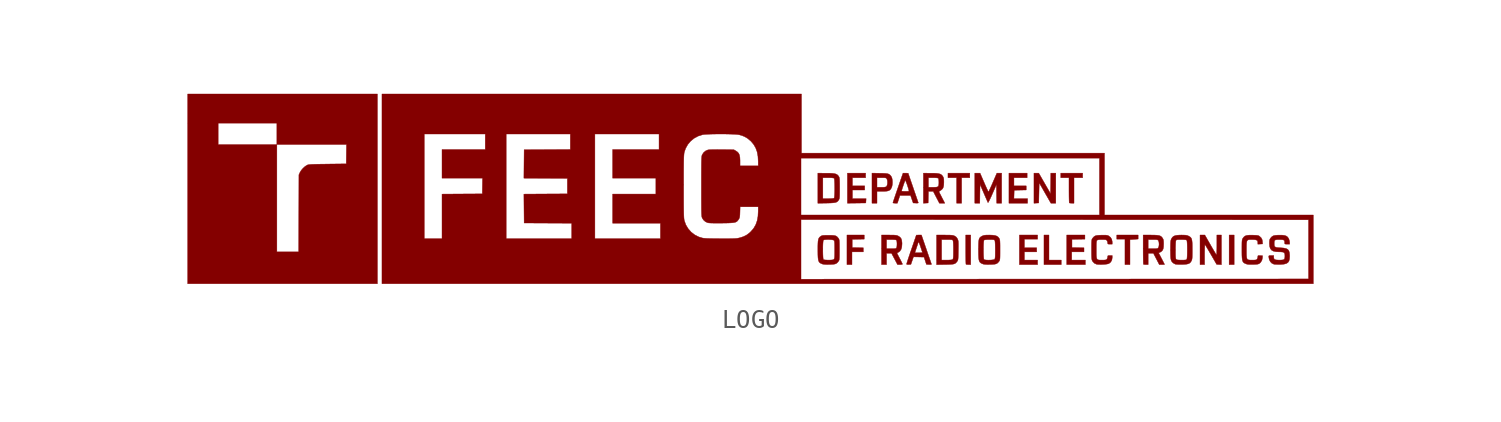
<source format=kicad_sym>
(kicad_symbol_lib
  (version 20220914)
  (generator bitmap2component)
  (symbol "LOGO"
    (pin_names
      (offset 1.016))
    (property "Reference" "#G"
      (at 0 4.411 0)
      (effects (font (size 1.27 1.27)) hide))
    (symbol "LOGO_0_0"
      (polyline (pts (xy -19.893 -0.012) (xy -19.893 5.046) (xy -24.951 5.046) (xy -30.009 5.046) (xy -30.009 3.493) (xy -28.384 3.493) (xy -26.819 3.493) (xy -25.254 3.493) (xy -25.254 2.923) (xy -25.254 2.353) (xy -23.398 2.353) (xy -21.542 2.353) (xy -21.548 1.838) (xy -21.555 1.322) (xy -22.549 1.31) (xy -22.67 1.308) (xy -22.9 1.305) (xy -23.089 1.302) (xy -23.24 1.298) (xy -23.359 1.294) (xy -23.451 1.289) (xy -23.52 1.283) (xy -23.57 1.276) (xy -23.607 1.267) (xy -23.635 1.257) (xy -23.638 1.255) (xy -23.747 1.187) (xy -23.857 1.089) (xy -23.953 0.978) (xy -24.021 0.866) (xy -24.078 0.74) (xy -24.084 -1.316) (xy -24.091 -3.372) (xy -24.673 -3.372) (xy -25.254 -3.372) (xy -25.254 -0.509) (xy -25.254 2.353) (xy -26.819 2.353) (xy -28.384 2.353) (xy -28.384 2.923) (xy -28.384 3.493) (xy -30.009 3.493) (xy -30.009 -0.012) (xy -30.009 -5.07) (xy -24.951 -5.07) (xy -19.893 -5.07) (xy -19.893 -0.012)) (stroke (width 0.01) (type default)) (fill (type outline)))
      (polyline (pts (xy 30.009 -3.239) (xy 30.009 -1.407) (xy 24.442 -1.407) (xy 18.874 -1.407) (xy 18.874 0.243) (xy 18.874 1.892) (xy 10.796 1.892) (xy 2.717 1.892) (xy 2.717 3.469) (xy 2.717 5.046) (xy -8.467 5.046) (xy -19.65 5.046) (xy -19.65 -0.012) (xy -19.65 -2.669) (xy -17.394 -2.669) (xy -17.394 0.121) (xy -17.394 2.911) (xy -15.769 2.911) (xy -14.143 2.911) (xy -14.143 2.499) (xy -14.143 2.086) (xy -15.296 2.086) (xy -16.448 2.086) (xy -16.448 1.322) (xy -16.448 0.558) (xy -15.368 0.558) (xy -14.288 0.558) (xy -14.294 0.14) (xy -14.301 -0.279) (xy -15.375 -0.285) (xy -16.448 -0.292) (xy -16.448 -1.48) (xy -16.448 -2.669) (xy -13.027 -2.669) (xy -13.027 0.121) (xy -13.027 2.911) (xy -11.317 2.911) (xy -9.607 2.911) (xy -9.607 2.499) (xy -9.607 2.087) (xy -10.838 2.08) (xy -12.069 2.074) (xy -12.076 1.316) (xy -12.082 0.558) (xy -10.923 0.552) (xy -9.765 0.546) (xy -9.765 0.133) (xy -9.765 -0.279) (xy -10.923 -0.285) (xy -12.082 -0.292) (xy -12.076 -1.062) (xy -12.069 -1.832) (xy -10.802 -1.838) (xy -9.534 -1.844) (xy -9.534 -2.256) (xy -9.534 -2.669) (xy -8.297 -2.669) (xy -8.297 0.121) (xy -8.297 2.911) (xy -6.587 2.911) (xy -4.876 2.911) (xy -4.876 2.499) (xy -4.876 2.086) (xy -6.114 2.086) (xy -7.351 2.086) (xy -7.351 1.322) (xy -7.351 0.558) (xy -6.198 0.558) (xy -5.046 0.558) (xy -5.046 0.198) (xy -3.566 0.198) (xy -3.566 0.521) (xy -3.566 0.8) (xy -3.565 1.038) (xy -3.563 1.24) (xy -3.562 1.408) (xy -3.559 1.546) (xy -3.556 1.658) (xy -3.552 1.747) (xy -3.547 1.817) (xy -3.542 1.872) (xy -3.535 1.915) (xy -3.528 1.949) (xy -3.459 2.147) (xy -3.341 2.357) (xy -3.187 2.538) (xy -3.002 2.688) (xy -2.789 2.802) (xy -2.554 2.876) (xy -2.535 2.879) (xy -2.442 2.89) (xy -2.31 2.898) (xy -2.148 2.905) (xy -1.963 2.91) (xy -1.764 2.912) (xy -1.558 2.913) (xy -1.353 2.912) (xy -1.157 2.908) (xy -0.978 2.903) (xy -0.823 2.896) (xy -0.702 2.886) (xy -0.621 2.875) (xy -0.553 2.859) (xy -0.339 2.785) (xy -0.151 2.677) (xy 0.023 2.529) (xy 0.164 2.363) (xy 0.276 2.173) (xy 0.353 1.96) (xy 0.398 1.718) (xy 0.412 1.441) (xy 0.412 1.213) (xy -0.073 1.213) (xy -0.558 1.213) (xy -0.558 1.472) (xy -0.558 1.51) (xy -0.566 1.667) (xy -0.588 1.786) (xy -0.627 1.876) (xy -0.688 1.948) (xy -0.773 2.008) (xy -0.885 2.074) (xy -1.533 2.082) (xy -1.548 2.082) (xy -1.773 2.083) (xy -1.962 2.082) (xy -2.11 2.078) (xy -2.217 2.072) (xy -2.277 2.063) (xy -2.385 2.017) (xy -2.496 1.927) (xy -2.574 1.808) (xy -2.575 1.807) (xy -2.584 1.784) (xy -2.592 1.758) (xy -2.598 1.723) (xy -2.603 1.677) (xy -2.608 1.615) (xy -2.611 1.534) (xy -2.614 1.43) (xy -2.616 1.299) (xy -2.617 1.139) (xy -2.618 0.944) (xy -2.619 0.712) (xy -2.619 0.439) (xy -2.619 0.121) (xy -2.619 0.092) (xy -2.619 -0.222) (xy -2.619 -0.491) (xy -2.618 -0.72) (xy -2.617 -0.911) (xy -2.616 -1.069) (xy -2.614 -1.197) (xy -2.611 -1.299) (xy -2.607 -1.378) (xy -2.603 -1.438) (xy -2.598 -1.484) (xy -2.591 -1.518) (xy -2.583 -1.544) (xy -2.574 -1.566) (xy -2.511 -1.666) (xy -2.405 -1.762) (xy -2.277 -1.82) (xy -2.275 -1.821) (xy -2.211 -1.829) (xy -2.102 -1.836) (xy -1.951 -1.839) (xy -1.76 -1.841) (xy -1.533 -1.839) (xy -1.478 -1.838) (xy -1.273 -1.835) (xy -1.109 -1.83) (xy -0.982 -1.822) (xy -0.883 -1.81) (xy -0.809 -1.793) (xy -0.753 -1.768) (xy -0.709 -1.736) (xy -0.672 -1.694) (xy -0.635 -1.642) (xy -0.624 -1.625) (xy -0.599 -1.581) (xy -0.583 -1.533) (xy -0.573 -1.471) (xy -0.566 -1.383) (xy -0.562 -1.257) (xy -0.554 -0.97) (xy -0.071 -0.97) (xy 0.412 -0.97) (xy 0.412 -1.199) (xy 0.402 -1.407) (xy 2.693 -1.407) (xy 2.693 0.109) (xy 2.693 1.625) (xy 10.65 1.625) (xy 18.607 1.625) (xy 18.607 0.109) (xy 18.607 -1.407) (xy 10.65 -1.407) (xy 2.693 -1.407) (xy 0.402 -1.407) (xy 0.399 -1.47) (xy 0.355 -1.711) (xy 0.28 -1.923) (xy 0.171 -2.112) (xy 0.026 -2.283) (xy -0.069 -2.372) (xy -0.217 -2.48) (xy -0.381 -2.56) (xy -0.576 -2.622) (xy -0.625 -2.633) (xy -0.68 -2.644) (xy -0.742 -2.652) (xy -0.816 -2.658) (xy -0.909 -2.662) (xy -1.027 -2.665) (xy -1.175 -2.667) (xy -1.359 -2.667) (xy -1.587 -2.667) (xy -1.694 -2.666) (xy -1.934 -2.664) (xy -2.13 -2.661) (xy -2.288 -2.657) (xy -2.41 -2.65) (xy -2.502 -2.642) (xy -2.566 -2.632) (xy -2.76 -2.573) (xy -2.974 -2.464) (xy -3.163 -2.318) (xy -3.321 -2.14) (xy -3.445 -1.935) (xy -3.528 -1.707) (xy -3.53 -1.7) (xy -3.537 -1.664) (xy -3.543 -1.618) (xy -3.549 -1.561) (xy -3.553 -1.486) (xy -3.557 -1.393) (xy -3.56 -1.275) (xy -3.562 -1.131) (xy -3.564 -0.956) (xy -3.565 -0.747) (xy -3.566 -0.5) (xy -3.566 -0.212) (xy -3.566 0.121) (xy -3.566 0.198) (xy -5.046 0.198) (xy -5.046 0.133) (xy -5.046 -0.291) (xy -6.198 -0.291) (xy -7.351 -0.291) (xy -7.351 -1.067) (xy -7.351 -1.844) (xy -6.077 -1.844) (xy -4.803 -1.844) (xy -4.803 -2.256) (xy -4.803 -2.669) (xy -6.55 -2.669) (xy -8.297 -2.669) (xy -9.534 -2.669) (xy -11.281 -2.669) (xy -13.027 -2.669) (xy -16.448 -2.669) (xy -16.921 -2.669) (xy -17.394 -2.669) (xy -19.65 -2.669) (xy -19.65 -4.828) (xy 2.693 -4.828) (xy 2.693 -3.239) (xy 2.693 -1.65) (xy 16.224 -1.656) (xy 29.755 -1.662) (xy 29.755 -3.239) (xy 29.755 -4.816) (xy 16.224 -4.822) (xy 2.693 -4.828) (xy -19.65 -4.828) (xy -19.65 -5.07) (xy 5.179 -5.07) (xy 30.009 -5.07) (xy 30.009 -3.239)) (stroke (width 0.01) (type default)) (fill (type outline)))
      (polyline (pts (xy 4.215 -4.045) (xy 4.337 -4.04) (xy 4.447 -4.031) (xy 4.527 -4.013) (xy 4.588 -3.983) (xy 4.64 -3.937) (xy 4.693 -3.872) (xy 4.704 -3.856) (xy 4.718 -3.83) (xy 4.728 -3.796) (xy 4.734 -3.746) (xy 4.739 -3.674) (xy 4.742 -3.575) (xy 4.743 -3.44) (xy 4.743 -3.263) (xy 4.743 -3.143) (xy 4.742 -2.994) (xy 4.74 -2.883) (xy 4.736 -2.802) (xy 4.73 -2.746) (xy 4.721 -2.707) (xy 4.709 -2.678) (xy 4.693 -2.654) (xy 4.668 -2.621) (xy 4.621 -2.568) (xy 4.571 -2.531) (xy 4.51 -2.507) (xy 4.428 -2.494) (xy 4.316 -2.488) (xy 4.165 -2.487) (xy 4.151 -2.487) (xy 4.018 -2.487) (xy 3.923 -2.49) (xy 3.857 -2.495) (xy 3.811 -2.506) (xy 3.775 -2.522) (xy 3.739 -2.545) (xy 3.7 -2.575) (xy 3.663 -2.614) (xy 3.635 -2.662) (xy 3.615 -2.725) (xy 3.602 -2.81) (xy 3.595 -2.924) (xy 3.591 -3.073) (xy 3.591 -3.22) (xy 3.856 -3.22) (xy 3.857 -3.083) (xy 3.861 -2.958) (xy 3.868 -2.854) (xy 3.876 -2.78) (xy 3.886 -2.746) (xy 3.893 -2.741) (xy 3.944 -2.727) (xy 4.027 -2.718) (xy 4.128 -2.715) (xy 4.234 -2.717) (xy 4.332 -2.725) (xy 4.408 -2.738) (xy 4.45 -2.755) (xy 4.453 -2.759) (xy 4.466 -2.781) (xy 4.475 -2.82) (xy 4.482 -2.88) (xy 4.486 -2.97) (xy 4.487 -3.094) (xy 4.488 -3.261) (xy 4.488 -3.394) (xy 4.487 -3.524) (xy 4.484 -3.617) (xy 4.479 -3.682) (xy 4.471 -3.724) (xy 4.459 -3.751) (xy 4.444 -3.769) (xy 4.443 -3.769) (xy 4.41 -3.789) (xy 4.358 -3.801) (xy 4.277 -3.807) (xy 4.157 -3.809) (xy 4.141 -3.809) (xy 4.014 -3.805) (xy 3.928 -3.795) (xy 3.886 -3.78) (xy 3.88 -3.764) (xy 3.87 -3.704) (xy 3.864 -3.611) (xy 3.859 -3.493) (xy 3.856 -3.36) (xy 3.856 -3.22) (xy 3.591 -3.22) (xy 3.591 -3.264) (xy 3.591 -3.337) (xy 3.593 -3.521) (xy 3.599 -3.664) (xy 3.611 -3.773) (xy 3.631 -3.854) (xy 3.66 -3.913) (xy 3.701 -3.956) (xy 3.756 -3.989) (xy 3.827 -4.018) (xy 3.858 -4.028) (xy 3.941 -4.04) (xy 4.058 -4.046) (xy 4.215 -4.045)) (stroke (width 0.01) (type default)) (fill (type outline)))
      (polyline (pts (xy 5.41 -3.712) (xy 5.41 -3.372) (xy 5.713 -3.372) (xy 6.016 -3.372) (xy 6.016 -3.264) (xy 6.016 -3.155) (xy 5.719 -3.148) (xy 5.422 -3.142) (xy 5.422 -2.923) (xy 5.422 -2.705) (xy 5.744 -2.698) (xy 6.065 -2.691) (xy 6.065 -2.583) (xy 6.065 -2.474) (xy 5.604 -2.474) (xy 5.143 -2.474) (xy 5.143 -3.263) (xy 5.143 -4.051) (xy 5.277 -4.051) (xy 5.41 -4.051) (xy 5.41 -3.712)) (stroke (width 0.01) (type default)) (fill (type outline)))
      (polyline (pts (xy 7.254 -3.748) (xy 7.254 -3.445) (xy 7.386 -3.445) (xy 7.518 -3.445) (xy 7.679 -3.748) (xy 7.84 -4.051) (xy 7.971 -4.051) (xy 8.024 -4.049) (xy 8.081 -4.04) (xy 8.103 -4.027) (xy 8.103 -4.025) (xy 8.089 -3.991) (xy 8.057 -3.924) (xy 8.012 -3.833) (xy 7.957 -3.728) (xy 7.949 -3.712) (xy 7.895 -3.61) (xy 7.852 -3.525) (xy 7.822 -3.467) (xy 7.812 -3.442) (xy 7.814 -3.439) (xy 7.843 -3.417) (xy 7.896 -3.386) (xy 7.966 -3.335) (xy 8.029 -3.241) (xy 8.066 -3.113) (xy 8.079 -2.946) (xy 8.078 -2.892) (xy 8.064 -2.759) (xy 8.03 -2.66) (xy 7.971 -2.587) (xy 7.884 -2.529) (xy 7.87 -2.522) (xy 7.827 -2.504) (xy 7.781 -2.49) (xy 7.722 -2.482) (xy 7.642 -2.477) (xy 7.532 -2.475) (xy 7.382 -2.474) (xy 6.987 -2.474) (xy 6.987 -3.202) (xy 7.254 -3.202) (xy 7.254 -2.96) (xy 7.254 -2.717) (xy 7.504 -2.717) (xy 7.525 -2.717) (xy 7.654 -2.721) (xy 7.741 -2.731) (xy 7.783 -2.746) (xy 7.796 -2.776) (xy 7.806 -2.844) (xy 7.811 -2.931) (xy 7.809 -3.023) (xy 7.801 -3.103) (xy 7.787 -3.155) (xy 7.772 -3.175) (xy 7.745 -3.189) (xy 7.699 -3.198) (xy 7.623 -3.201) (xy 7.508 -3.202) (xy 7.254 -3.202) (xy 6.987 -3.202) (xy 6.987 -3.263) (xy 6.987 -4.051) (xy 7.12 -4.051) (xy 7.254 -4.051) (xy 7.254 -3.748)) (stroke (width 0.01) (type default)) (fill (type outline)))
      (polyline (pts (xy 9.633 -4.046) (xy 9.649 -4.035) (xy 9.645 -4.01) (xy 9.639 -3.996) (xy 9.619 -3.939) (xy 9.587 -3.846) (xy 9.544 -3.721) (xy 9.492 -3.572) (xy 9.434 -3.403) (xy 9.371 -3.22) (xy 9.115 -2.474) (xy 8.979 -2.474) (xy 8.843 -2.475) (xy 8.582 -3.233) (xy 8.54 -3.353) (xy 8.518 -3.421) (xy 8.761 -3.421) (xy 8.853 -3.148) (xy 8.888 -3.043) (xy 8.92 -2.947) (xy 8.944 -2.875) (xy 8.956 -2.838) (xy 8.957 -2.837) (xy 8.969 -2.848) (xy 8.993 -2.898) (xy 9.024 -2.978) (xy 9.061 -3.081) (xy 9.097 -3.191) (xy 9.129 -3.287) (xy 9.153 -3.356) (xy 9.164 -3.39) (xy 9.163 -3.401) (xy 9.136 -3.413) (xy 9.073 -3.419) (xy 8.968 -3.421) (xy 8.761 -3.421) (xy 8.518 -3.421) (xy 8.481 -3.528) (xy 8.428 -3.684) (xy 8.384 -3.818) (xy 8.35 -3.922) (xy 8.329 -3.993) (xy 8.321 -4.022) (xy 8.325 -4.034) (xy 8.36 -4.047) (xy 8.436 -4.047) (xy 8.552 -4.039) (xy 8.621 -3.838) (xy 8.691 -3.638) (xy 8.971 -3.644) (xy 9.251 -3.651) (xy 9.316 -3.845) (xy 9.38 -4.039) (xy 9.521 -4.047) (xy 9.586 -4.049) (xy 9.633 -4.046)) (stroke (width 0.01) (type default)) (fill (type outline)))
      (polyline (pts (xy 10.382 -4.047) (xy 10.509 -4.045) (xy 10.652 -4.04) (xy 10.758 -4.032) (xy 10.837 -4.019) (xy 10.896 -3.999) (xy 10.941 -3.969) (xy 10.982 -3.927) (xy 11.025 -3.872) (xy 11.029 -3.866) (xy 11.045 -3.84) (xy 11.057 -3.806) (xy 11.066 -3.76) (xy 11.072 -3.692) (xy 11.076 -3.597) (xy 11.079 -3.467) (xy 11.082 -3.296) (xy 11.083 -3.227) (xy 11.085 -3.072) (xy 11.085 -2.955) (xy 11.082 -2.869) (xy 11.077 -2.805) (xy 11.068 -2.758) (xy 11.055 -2.719) (xy 11.038 -2.68) (xy 11.031 -2.667) (xy 10.971 -2.583) (xy 10.883 -2.525) (xy 10.868 -2.517) (xy 10.826 -2.501) (xy 10.777 -2.489) (xy 10.714 -2.482) (xy 10.627 -2.477) (xy 10.509 -2.475) (xy 10.351 -2.474) (xy 9.922 -2.474) (xy 9.922 -3.265) (xy 9.922 -3.809) (xy 10.189 -3.809) (xy 10.189 -3.263) (xy 10.189 -2.717) (xy 10.479 -2.717) (xy 10.528 -2.717) (xy 10.637 -2.719) (xy 10.71 -2.723) (xy 10.754 -2.731) (xy 10.78 -2.744) (xy 10.795 -2.764) (xy 10.801 -2.789) (xy 10.809 -2.861) (xy 10.815 -2.97) (xy 10.819 -3.109) (xy 10.82 -3.272) (xy 10.82 -3.3) (xy 10.819 -3.459) (xy 10.817 -3.576) (xy 10.812 -3.659) (xy 10.805 -3.715) (xy 10.795 -3.75) (xy 10.782 -3.771) (xy 10.773 -3.778) (xy 10.739 -3.793) (xy 10.682 -3.802) (xy 10.594 -3.807) (xy 10.466 -3.809) (xy 10.189 -3.809) (xy 9.922 -3.809) (xy 9.922 -4.055) (xy 10.382 -4.047)) (stroke (width 0.01) (type default)) (fill (type outline)))
      (polyline (pts (xy 11.742 -3.263) (xy 11.742 -2.474) (xy 11.608 -2.474) (xy 11.475 -2.474) (xy 11.475 -3.247) (xy 11.475 -3.35) (xy 11.476 -3.532) (xy 11.478 -3.694) (xy 11.48 -3.831) (xy 11.483 -3.938) (xy 11.487 -4.008) (xy 11.491 -4.035) (xy 11.503 -4.04) (xy 11.553 -4.048) (xy 11.624 -4.051) (xy 11.742 -4.051) (xy 11.742 -3.263)) (stroke (width 0.01) (type default)) (fill (type outline)))
      (polyline (pts (xy 12.778 -4.045) (xy 12.901 -4.04) (xy 13.011 -4.031) (xy 13.091 -4.013) (xy 13.152 -3.983) (xy 13.204 -3.937) (xy 13.257 -3.872) (xy 13.267 -3.857) (xy 13.281 -3.831) (xy 13.291 -3.797) (xy 13.298 -3.747) (xy 13.303 -3.677) (xy 13.305 -3.577) (xy 13.306 -3.443) (xy 13.306 -3.267) (xy 13.306 -3.193) (xy 13.306 -3.033) (xy 13.304 -2.912) (xy 13.3 -2.823) (xy 13.295 -2.759) (xy 13.286 -2.713) (xy 13.274 -2.679) (xy 13.258 -2.65) (xy 13.258 -2.649) (xy 13.203 -2.579) (xy 13.131 -2.53) (xy 13.033 -2.497) (xy 12.904 -2.48) (xy 12.734 -2.474) (xy 12.624 -2.475) (xy 12.529 -2.479) (xy 12.459 -2.489) (xy 12.403 -2.505) (xy 12.349 -2.529) (xy 12.339 -2.534) (xy 12.281 -2.568) (xy 12.237 -2.605) (xy 12.205 -2.651) (xy 12.182 -2.714) (xy 12.167 -2.8) (xy 12.159 -2.915) (xy 12.155 -3.066) (xy 12.154 -3.22) (xy 12.419 -3.22) (xy 12.421 -3.083) (xy 12.425 -2.958) (xy 12.431 -2.854) (xy 12.44 -2.78) (xy 12.45 -2.746) (xy 12.454 -2.743) (xy 12.505 -2.729) (xy 12.601 -2.72) (xy 12.74 -2.717) (xy 12.742 -2.717) (xy 12.858 -2.718) (xy 12.936 -2.722) (xy 12.984 -2.729) (xy 13.011 -2.743) (xy 13.027 -2.764) (xy 13.033 -2.789) (xy 13.041 -2.861) (xy 13.047 -2.97) (xy 13.05 -3.109) (xy 13.052 -3.272) (xy 13.052 -3.3) (xy 13.051 -3.459) (xy 13.049 -3.576) (xy 13.044 -3.659) (xy 13.037 -3.715) (xy 13.027 -3.75) (xy 13.014 -3.771) (xy 13.007 -3.776) (xy 12.955 -3.792) (xy 12.872 -3.803) (xy 12.771 -3.81) (xy 12.665 -3.811) (xy 12.567 -3.806) (xy 12.491 -3.796) (xy 12.45 -3.78) (xy 12.443 -3.764) (xy 12.434 -3.704) (xy 12.427 -3.611) (xy 12.422 -3.493) (xy 12.42 -3.36) (xy 12.419 -3.22) (xy 12.154 -3.22) (xy 12.154 -3.259) (xy 12.154 -3.342) (xy 12.156 -3.525) (xy 12.163 -3.667) (xy 12.175 -3.775) (xy 12.195 -3.855) (xy 12.224 -3.914) (xy 12.266 -3.956) (xy 12.32 -3.989) (xy 12.39 -4.018) (xy 12.422 -4.028) (xy 12.505 -4.04) (xy 12.621 -4.046) (xy 12.778 -4.045)) (stroke (width 0.01) (type default)) (fill (type outline)))
      (polyline (pts (xy 15.308 -3.93) (xy 15.308 -3.809) (xy 14.956 -3.809) (xy 14.604 -3.809) (xy 14.604 -3.59) (xy 14.604 -3.372) (xy 14.932 -3.372) (xy 15.259 -3.372) (xy 15.259 -3.263) (xy 15.259 -3.154) (xy 14.932 -3.154) (xy 14.604 -3.154) (xy 14.604 -2.923) (xy 14.604 -2.693) (xy 14.956 -2.693) (xy 15.308 -2.693) (xy 15.308 -2.584) (xy 15.308 -2.474) (xy 14.823 -2.474) (xy 14.338 -2.474) (xy 14.338 -3.263) (xy 14.338 -4.051) (xy 14.823 -4.051) (xy 15.308 -4.051) (xy 15.308 -3.93)) (stroke (width 0.01) (type default)) (fill (type outline)))
      (polyline (pts (xy 16.569 -3.93) (xy 16.569 -3.809) (xy 16.242 -3.809) (xy 15.914 -3.809) (xy 15.914 -3.142) (xy 15.914 -2.474) (xy 15.781 -2.474) (xy 15.648 -2.474) (xy 15.648 -3.263) (xy 15.648 -4.051) (xy 16.108 -4.051) (xy 16.569 -4.051) (xy 16.569 -3.93)) (stroke (width 0.01) (type default)) (fill (type outline)))
      (polyline (pts (xy 17.855 -3.93) (xy 17.855 -3.809) (xy 17.491 -3.809) (xy 17.127 -3.809) (xy 17.127 -3.59) (xy 17.127 -3.372) (xy 17.455 -3.372) (xy 17.782 -3.372) (xy 17.782 -3.264) (xy 17.782 -3.155) (xy 17.461 -3.148) (xy 17.14 -3.142) (xy 17.14 -2.923) (xy 17.14 -2.705) (xy 17.485 -2.698) (xy 17.831 -2.692) (xy 17.831 -2.583) (xy 17.831 -2.474) (xy 17.346 -2.474) (xy 16.861 -2.474) (xy 16.861 -3.263) (xy 16.861 -4.051) (xy 17.358 -4.051) (xy 17.855 -4.051) (xy 17.855 -3.93)) (stroke (width 0.01) (type default)) (fill (type outline)))
      (polyline (pts (xy 18.832 -4.041) (xy 18.951 -4.03) (xy 19.049 -4.014) (xy 19.112 -3.994) (xy 19.206 -3.918) (xy 19.266 -3.812) (xy 19.287 -3.681) (xy 19.287 -3.566) (xy 19.165 -3.566) (xy 19.11 -3.567) (xy 19.065 -3.574) (xy 19.047 -3.594) (xy 19.044 -3.634) (xy 19.035 -3.688) (xy 19.006 -3.755) (xy 18.989 -3.776) (xy 18.962 -3.793) (xy 18.919 -3.803) (xy 18.849 -3.808) (xy 18.741 -3.809) (xy 18.68 -3.809) (xy 18.597 -3.807) (xy 18.536 -3.797) (xy 18.493 -3.773) (xy 18.465 -3.73) (xy 18.448 -3.662) (xy 18.44 -3.562) (xy 18.438 -3.426) (xy 18.438 -3.247) (xy 18.438 -3.229) (xy 18.438 -3.07) (xy 18.44 -2.951) (xy 18.445 -2.867) (xy 18.452 -2.811) (xy 18.462 -2.776) (xy 18.476 -2.755) (xy 18.497 -2.74) (xy 18.545 -2.727) (xy 18.624 -2.719) (xy 18.741 -2.717) (xy 18.828 -2.718) (xy 18.906 -2.721) (xy 18.954 -2.73) (xy 18.984 -2.746) (xy 19.006 -2.771) (xy 19.03 -2.82) (xy 19.044 -2.892) (xy 19.045 -2.923) (xy 19.058 -2.948) (xy 19.093 -2.958) (xy 19.165 -2.96) (xy 19.287 -2.96) (xy 19.287 -2.842) (xy 19.286 -2.831) (xy 19.261 -2.702) (xy 19.195 -2.595) (xy 19.092 -2.516) (xy 19.058 -2.501) (xy 19.008 -2.487) (xy 18.94 -2.48) (xy 18.845 -2.478) (xy 18.712 -2.48) (xy 18.593 -2.484) (xy 18.482 -2.493) (xy 18.401 -2.511) (xy 18.339 -2.542) (xy 18.286 -2.588) (xy 18.233 -2.654) (xy 18.224 -2.666) (xy 18.209 -2.692) (xy 18.199 -2.726) (xy 18.192 -2.774) (xy 18.187 -2.843) (xy 18.184 -2.941) (xy 18.183 -3.073) (xy 18.183 -3.247) (xy 18.183 -3.353) (xy 18.184 -3.508) (xy 18.187 -3.625) (xy 18.192 -3.71) (xy 18.199 -3.771) (xy 18.209 -3.814) (xy 18.223 -3.845) (xy 18.248 -3.888) (xy 18.335 -3.979) (xy 18.442 -4.029) (xy 18.486 -4.037) (xy 18.586 -4.045) (xy 18.706 -4.046) (xy 18.832 -4.041)) (stroke (width 0.01) (type default)) (fill (type outline)))
      (polyline (pts (xy 20.233 -3.386) (xy 20.233 -2.721) (xy 20.451 -2.704) (xy 20.669 -2.687) (xy 20.669 -2.58) (xy 20.669 -2.474) (xy 20.099 -2.474) (xy 19.529 -2.474) (xy 19.529 -2.584) (xy 19.529 -2.693) (xy 19.747 -2.693) (xy 19.966 -2.693) (xy 19.966 -3.372) (xy 19.966 -4.051) (xy 20.099 -4.051) (xy 20.233 -4.051) (xy 20.233 -3.386)) (stroke (width 0.01) (type default)) (fill (type outline)))
      (polyline (pts (xy 21.203 -3.748) (xy 21.203 -3.445) (xy 21.343 -3.445) (xy 21.482 -3.446) (xy 21.64 -3.748) (xy 21.797 -4.051) (xy 21.937 -4.051) (xy 21.997 -4.05) (xy 22.054 -4.047) (xy 22.076 -4.042) (xy 22.075 -4.038) (xy 22.058 -4.002) (xy 22.023 -3.933) (xy 21.976 -3.84) (xy 21.919 -3.731) (xy 21.762 -3.429) (xy 21.846 -3.389) (xy 21.904 -3.356) (xy 21.963 -3.297) (xy 22.002 -3.217) (xy 22.022 -3.107) (xy 22.028 -2.957) (xy 22.028 -2.901) (xy 22.024 -2.804) (xy 22.016 -2.738) (xy 21.999 -2.688) (xy 21.973 -2.642) (xy 21.935 -2.59) (xy 21.889 -2.547) (xy 21.831 -2.515) (xy 21.756 -2.495) (xy 21.654 -2.482) (xy 21.519 -2.476) (xy 21.343 -2.474) (xy 20.936 -2.474) (xy 20.936 -3.202) (xy 21.203 -3.202) (xy 21.203 -2.96) (xy 21.203 -2.717) (xy 21.456 -2.717) (xy 21.473 -2.717) (xy 21.582 -2.718) (xy 21.654 -2.722) (xy 21.699 -2.731) (xy 21.727 -2.747) (xy 21.747 -2.771) (xy 21.755 -2.783) (xy 21.777 -2.858) (xy 21.785 -2.96) (xy 21.785 -2.986) (xy 21.773 -3.083) (xy 21.747 -3.148) (xy 21.745 -3.152) (xy 21.724 -3.175) (xy 21.695 -3.19) (xy 21.647 -3.198) (xy 21.571 -3.201) (xy 21.456 -3.202) (xy 21.203 -3.202) (xy 20.936 -3.202) (xy 20.936 -3.247) (xy 20.936 -3.35) (xy 20.937 -3.532) (xy 20.939 -3.694) (xy 20.942 -3.831) (xy 20.945 -3.938) (xy 20.948 -4.008) (xy 20.952 -4.035) (xy 20.964 -4.04) (xy 21.014 -4.048) (xy 21.086 -4.051) (xy 21.203 -4.051) (xy 21.203 -3.748)) (stroke (width 0.01) (type default)) (fill (type outline)))
      (polyline (pts (xy 23.01 -4.044) (xy 23.105 -4.041) (xy 23.239 -4.03) (xy 23.339 -4.009) (xy 23.411 -3.975) (xy 23.466 -3.923) (xy 23.51 -3.852) (xy 23.524 -3.821) (xy 23.536 -3.782) (xy 23.545 -3.73) (xy 23.551 -3.659) (xy 23.554 -3.562) (xy 23.556 -3.43) (xy 23.556 -3.257) (xy 23.556 -3.227) (xy 23.555 -3.04) (xy 23.551 -2.896) (xy 23.541 -2.785) (xy 23.526 -2.703) (xy 23.501 -2.643) (xy 23.467 -2.598) (xy 23.421 -2.562) (xy 23.361 -2.529) (xy 23.316 -2.508) (xy 23.261 -2.491) (xy 23.195 -2.481) (xy 23.104 -2.476) (xy 22.977 -2.474) (xy 22.898 -2.475) (xy 22.748 -2.485) (xy 22.635 -2.507) (xy 22.551 -2.544) (xy 22.489 -2.6) (xy 22.442 -2.678) (xy 22.427 -2.711) (xy 22.413 -2.753) (xy 22.404 -2.804) (xy 22.398 -2.873) (xy 22.394 -2.966) (xy 22.392 -3.092) (xy 22.392 -3.259) (xy 22.392 -3.272) (xy 22.659 -3.272) (xy 22.659 -3.15) (xy 22.663 -3.005) (xy 22.668 -2.887) (xy 22.675 -2.805) (xy 22.684 -2.764) (xy 22.684 -2.764) (xy 22.7 -2.743) (xy 22.727 -2.729) (xy 22.775 -2.721) (xy 22.853 -2.718) (xy 22.97 -2.717) (xy 22.999 -2.717) (xy 23.131 -2.721) (xy 23.219 -2.731) (xy 23.26 -2.746) (xy 23.264 -2.754) (xy 23.273 -2.804) (xy 23.281 -2.889) (xy 23.286 -3.001) (xy 23.289 -3.131) (xy 23.29 -3.269) (xy 23.289 -3.406) (xy 23.286 -3.533) (xy 23.281 -3.641) (xy 23.274 -3.72) (xy 23.264 -3.762) (xy 23.25 -3.781) (xy 23.224 -3.796) (xy 23.178 -3.804) (xy 23.102 -3.808) (xy 22.987 -3.809) (xy 22.978 -3.809) (xy 22.858 -3.807) (xy 22.777 -3.801) (xy 22.726 -3.789) (xy 22.697 -3.771) (xy 22.694 -3.768) (xy 22.681 -3.746) (xy 22.672 -3.708) (xy 22.665 -3.649) (xy 22.661 -3.561) (xy 22.659 -3.437) (xy 22.659 -3.272) (xy 22.392 -3.272) (xy 22.392 -3.34) (xy 22.394 -3.507) (xy 22.399 -3.636) (xy 22.409 -3.734) (xy 22.424 -3.807) (xy 22.447 -3.862) (xy 22.478 -3.908) (xy 22.519 -3.95) (xy 22.58 -3.994) (xy 22.649 -4.027) (xy 22.695 -4.035) (xy 22.78 -4.041) (xy 22.889 -4.045) (xy 23.01 -4.044)) (stroke (width 0.01) (type default)) (fill (type outline)))
      (polyline (pts (xy 25.109 -3.264) (xy 25.109 -2.474) (xy 24.988 -2.474) (xy 24.866 -2.474) (xy 24.866 -3.01) (xy 24.866 -3.068) (xy 24.865 -3.223) (xy 24.861 -3.352) (xy 24.857 -3.451) (xy 24.851 -3.512) (xy 24.845 -3.531) (xy 24.833 -3.517) (xy 24.8 -3.465) (xy 24.749 -3.381) (xy 24.683 -3.271) (xy 24.607 -3.141) (xy 24.524 -2.996) (xy 24.225 -2.474) (xy 24.097 -2.474) (xy 23.969 -2.474) (xy 23.969 -3.263) (xy 23.969 -4.051) (xy 24.09 -4.051) (xy 24.211 -4.051) (xy 24.211 -3.518) (xy 24.211 -3.446) (xy 24.213 -3.298) (xy 24.216 -3.171) (xy 24.22 -3.072) (xy 24.224 -3.007) (xy 24.23 -2.984) (xy 24.241 -2.998) (xy 24.275 -3.048) (xy 24.326 -3.13) (xy 24.391 -3.239) (xy 24.467 -3.368) (xy 24.551 -3.512) (xy 24.854 -4.039) (xy 24.982 -4.047) (xy 25.109 -4.054) (xy 25.109 -3.264)) (stroke (width 0.01) (type default)) (fill (type outline)))
      (polyline (pts (xy 25.788 -3.263) (xy 25.788 -2.474) (xy 25.655 -2.474) (xy 25.521 -2.474) (xy 25.521 -3.263) (xy 25.521 -4.051) (xy 25.655 -4.051) (xy 25.788 -4.051) (xy 25.788 -3.263)) (stroke (width 0.01) (type default)) (fill (type outline)))
      (polyline (pts (xy 26.801 -4.044) (xy 26.887 -4.041) (xy 26.987 -4.035) (xy 27.055 -4.025) (xy 27.103 -4.009) (xy 27.141 -3.987) (xy 27.195 -3.938) (xy 27.267 -3.825) (xy 27.297 -3.687) (xy 27.304 -3.578) (xy 27.177 -3.571) (xy 27.108 -3.568) (xy 27.067 -3.573) (xy 27.052 -3.592) (xy 27.05 -3.632) (xy 27.041 -3.689) (xy 27.012 -3.755) (xy 26.995 -3.776) (xy 26.968 -3.793) (xy 26.925 -3.803) (xy 26.854 -3.808) (xy 26.746 -3.809) (xy 26.699 -3.809) (xy 26.612 -3.807) (xy 26.548 -3.798) (xy 26.502 -3.776) (xy 26.472 -3.735) (xy 26.455 -3.669) (xy 26.446 -3.572) (xy 26.443 -3.439) (xy 26.443 -3.263) (xy 26.443 -3.182) (xy 26.444 -3.025) (xy 26.449 -2.908) (xy 26.461 -2.825) (xy 26.483 -2.77) (xy 26.519 -2.738) (xy 26.572 -2.723) (xy 26.644 -2.717) (xy 26.74 -2.717) (xy 26.743 -2.717) (xy 26.872 -2.721) (xy 26.96 -2.736) (xy 27.015 -2.765) (xy 27.042 -2.812) (xy 27.05 -2.88) (xy 27.05 -2.962) (xy 27.177 -2.955) (xy 27.304 -2.948) (xy 27.297 -2.826) (xy 27.281 -2.724) (xy 27.23 -2.624) (xy 27.137 -2.537) (xy 27.137 -2.536) (xy 27.102 -2.515) (xy 27.058 -2.5) (xy 26.995 -2.49) (xy 26.904 -2.484) (xy 26.775 -2.48) (xy 26.675 -2.478) (xy 26.541 -2.483) (xy 26.442 -2.499) (xy 26.366 -2.529) (xy 26.308 -2.576) (xy 26.256 -2.642) (xy 26.241 -2.665) (xy 26.227 -2.694) (xy 26.216 -2.73) (xy 26.209 -2.78) (xy 26.204 -2.85) (xy 26.202 -2.949) (xy 26.201 -3.081) (xy 26.201 -3.256) (xy 26.201 -3.387) (xy 26.203 -3.559) (xy 26.21 -3.692) (xy 26.222 -3.793) (xy 26.242 -3.867) (xy 26.271 -3.92) (xy 26.313 -3.959) (xy 26.367 -3.99) (xy 26.437 -4.018) (xy 26.453 -4.024) (xy 26.533 -4.039) (xy 26.647 -4.045) (xy 26.801 -4.044)) (stroke (width 0.01) (type default)) (fill (type outline)))
      (polyline (pts (xy 28.238 -4.043) (xy 28.288 -4.041) (xy 28.449 -4.026) (xy 28.57 -3.994) (xy 28.655 -3.94) (xy 28.71 -3.861) (xy 28.739 -3.751) (xy 28.748 -3.606) (xy 28.747 -3.542) (xy 28.734 -3.408) (xy 28.702 -3.309) (xy 28.645 -3.239) (xy 28.557 -3.194) (xy 28.433 -3.167) (xy 28.267 -3.154) (xy 28.262 -3.154) (xy 28.128 -3.145) (xy 28.034 -3.132) (xy 27.975 -3.108) (xy 27.941 -3.07) (xy 27.926 -3.012) (xy 27.923 -2.929) (xy 27.924 -2.875) (xy 27.932 -2.801) (xy 27.955 -2.755) (xy 28.003 -2.73) (xy 28.082 -2.719) (xy 28.202 -2.717) (xy 28.244 -2.717) (xy 28.351 -2.722) (xy 28.42 -2.736) (xy 28.459 -2.765) (xy 28.477 -2.813) (xy 28.481 -2.885) (xy 28.481 -2.888) (xy 28.483 -2.929) (xy 28.498 -2.95) (xy 28.538 -2.958) (xy 28.614 -2.96) (xy 28.748 -2.96) (xy 28.747 -2.869) (xy 28.746 -2.846) (xy 28.729 -2.759) (xy 28.7 -2.674) (xy 28.689 -2.653) (xy 28.637 -2.579) (xy 28.566 -2.526) (xy 28.468 -2.494) (xy 28.337 -2.479) (xy 28.165 -2.478) (xy 28.114 -2.48) (xy 27.991 -2.489) (xy 27.9 -2.506) (xy 27.832 -2.537) (xy 27.775 -2.584) (xy 27.718 -2.654) (xy 27.697 -2.687) (xy 27.679 -2.739) (xy 27.671 -2.812) (xy 27.668 -2.919) (xy 27.679 -3.072) (xy 27.714 -3.19) (xy 27.777 -3.275) (xy 27.874 -3.331) (xy 28.007 -3.362) (xy 28.181 -3.372) (xy 28.266 -3.373) (xy 28.368 -3.381) (xy 28.434 -3.401) (xy 28.472 -3.438) (xy 28.489 -3.497) (xy 28.493 -3.585) (xy 28.492 -3.645) (xy 28.483 -3.72) (xy 28.457 -3.768) (xy 28.407 -3.795) (xy 28.324 -3.806) (xy 28.201 -3.809) (xy 28.179 -3.809) (xy 28.058 -3.804) (xy 27.977 -3.79) (xy 27.929 -3.762) (xy 27.905 -3.716) (xy 27.899 -3.649) (xy 27.899 -3.566) (xy 27.765 -3.566) (xy 27.706 -3.567) (xy 27.657 -3.573) (xy 27.637 -3.589) (xy 27.633 -3.621) (xy 27.633 -3.638) (xy 27.657 -3.775) (xy 27.714 -3.891) (xy 27.797 -3.978) (xy 27.902 -4.028) (xy 27.934 -4.034) (xy 28.016 -4.04) (xy 28.122 -4.043) (xy 28.238 -4.043)) (stroke (width 0.01) (type default)) (fill (type outline)))
      (polyline (pts (xy 4.045 -0.772) (xy 4.12 -0.771) (xy 4.286 -0.765) (xy 4.413 -0.757) (xy 4.508 -0.743) (xy 4.579 -0.722) (xy 4.63 -0.692) (xy 4.671 -0.652) (xy 4.707 -0.599) (xy 4.714 -0.587) (xy 4.728 -0.557) (xy 4.738 -0.519) (xy 4.746 -0.467) (xy 4.75 -0.393) (xy 4.753 -0.291) (xy 4.754 -0.154) (xy 4.755 0.024) (xy 4.755 0.123) (xy 4.754 0.278) (xy 4.752 0.396) (xy 4.748 0.482) (xy 4.742 0.544) (xy 4.734 0.588) (xy 4.722 0.621) (xy 4.706 0.65) (xy 4.669 0.702) (xy 4.62 0.746) (xy 4.557 0.779) (xy 4.472 0.801) (xy 4.359 0.815) (xy 4.211 0.822) (xy 4.021 0.824) (xy 3.591 0.825) (xy 3.591 0.022) (xy 3.591 -0.534) (xy 3.857 -0.534) (xy 3.857 0.024) (xy 3.857 0.582) (xy 4.144 0.582) (xy 4.19 0.582) (xy 4.327 0.578) (xy 4.417 0.568) (xy 4.459 0.553) (xy 4.467 0.531) (xy 4.476 0.467) (xy 4.482 0.369) (xy 4.487 0.248) (xy 4.489 0.112) (xy 4.49 -0.029) (xy 4.488 -0.167) (xy 4.484 -0.293) (xy 4.478 -0.397) (xy 4.469 -0.47) (xy 4.459 -0.505) (xy 4.452 -0.509) (xy 4.397 -0.523) (xy 4.294 -0.531) (xy 4.144 -0.534) (xy 3.857 -0.534) (xy 3.591 -0.534) (xy 3.591 -0.78) (xy 4.045 -0.772)) (stroke (width 0.01) (type default)) (fill (type outline)))
      (polyline (pts (xy 5.659 -0.771) (xy 6.15 -0.764) (xy 6.157 -0.649) (xy 6.165 -0.534) (xy 5.799 -0.534) (xy 5.434 -0.534) (xy 5.434 -0.303) (xy 5.434 -0.073) (xy 5.762 -0.073) (xy 6.089 -0.073) (xy 6.089 0.036) (xy 6.089 0.146) (xy 5.762 0.146) (xy 5.434 0.146) (xy 5.434 0.364) (xy 5.434 0.582) (xy 5.786 0.582) (xy 6.138 0.582) (xy 6.138 0.704) (xy 6.138 0.825) (xy 5.652 0.825) (xy 5.167 0.825) (xy 5.167 0.024) (xy 5.167 -0.777) (xy 5.659 -0.771)) (stroke (width 0.01) (type default)) (fill (type outline)))
      (polyline (pts (xy 6.744 -0.461) (xy 6.744 -0.145) (xy 7.029 -0.145) (xy 7.152 -0.143) (xy 7.276 -0.133) (xy 7.367 -0.111) (xy 7.433 -0.073) (xy 7.483 -0.015) (xy 7.525 0.065) (xy 7.54 0.107) (xy 7.562 0.217) (xy 7.569 0.341) (xy 7.561 0.465) (xy 7.54 0.572) (xy 7.505 0.648) (xy 7.49 0.668) (xy 7.448 0.719) (xy 7.405 0.756) (xy 7.353 0.783) (xy 7.285 0.8) (xy 7.192 0.811) (xy 7.066 0.817) (xy 6.9 0.82) (xy 6.477 0.828) (xy 6.477 0.073) (xy 6.744 0.073) (xy 6.744 0.328) (xy 6.744 0.582) (xy 6.986 0.582) (xy 7.094 0.582) (xy 7.168 0.578) (xy 7.215 0.569) (xy 7.243 0.553) (xy 7.264 0.528) (xy 7.266 0.525) (xy 7.293 0.456) (xy 7.304 0.364) (xy 7.301 0.265) (xy 7.284 0.179) (xy 7.254 0.121) (xy 7.241 0.11) (xy 7.208 0.091) (xy 7.16 0.08) (xy 7.086 0.074) (xy 6.975 0.073) (xy 6.744 0.073) (xy 6.477 0.073) (xy 6.477 0.026) (xy 6.477 -0.776) (xy 6.611 -0.776) (xy 6.744 -0.776) (xy 6.744 -0.461)) (stroke (width 0.01) (type default)) (fill (type outline)))
      (polyline (pts (xy 7.9 -0.57) (xy 7.967 -0.364) (xy 8.251 -0.364) (xy 8.534 -0.364) (xy 8.603 -0.564) (xy 8.673 -0.764) (xy 8.815 -0.771) (xy 8.875 -0.773) (xy 8.931 -0.768) (xy 8.948 -0.756) (xy 8.943 -0.739) (xy 8.922 -0.681) (xy 8.89 -0.586) (xy 8.847 -0.461) (xy 8.795 -0.31) (xy 8.736 -0.139) (xy 8.673 0.046) (xy 8.406 0.824) (xy 8.269 0.825) (xy 8.132 0.825) (xy 8.083 0.685) (xy 8.065 0.632) (xy 7.958 0.324) (xy 7.867 0.059) (xy 7.803 -0.127) (xy 8.054 -0.127) (xy 8.062 -0.092) (xy 8.083 -0.025) (xy 8.111 0.065) (xy 8.145 0.166) (xy 8.179 0.265) (xy 8.211 0.352) (xy 8.235 0.416) (xy 8.248 0.445) (xy 8.25 0.446) (xy 8.266 0.425) (xy 8.293 0.368) (xy 8.327 0.281) (xy 8.364 0.174) (xy 8.369 0.159) (xy 8.404 0.05) (xy 8.431 -0.041) (xy 8.446 -0.105) (xy 8.448 -0.132) (xy 8.428 -0.138) (xy 8.371 -0.143) (xy 8.294 -0.145) (xy 8.21 -0.145) (xy 8.133 -0.141) (xy 8.076 -0.136) (xy 8.054 -0.127) (xy 8.054 -0.127) (xy 7.803 -0.127) (xy 7.79 -0.165) (xy 7.727 -0.349) (xy 7.677 -0.496) (xy 7.639 -0.609) (xy 7.613 -0.688) (xy 7.598 -0.736) (xy 7.593 -0.755) (xy 7.601 -0.763) (xy 7.644 -0.772) (xy 7.713 -0.776) (xy 7.833 -0.776) (xy 7.9 -0.57)) (stroke (width 0.01) (type default)) (fill (type outline)))
      (polyline (pts (xy 9.346 -0.771) (xy 9.473 -0.764) (xy 9.48 -0.455) (xy 9.487 -0.145) (xy 9.615 -0.145) (xy 9.743 -0.145) (xy 9.907 -0.461) (xy 10.071 -0.776) (xy 10.216 -0.776) (xy 10.361 -0.776) (xy 10.208 -0.48) (xy 10.192 -0.448) (xy 10.138 -0.342) (xy 10.093 -0.255) (xy 10.062 -0.194) (xy 10.049 -0.167) (xy 10.049 -0.162) (xy 10.075 -0.136) (xy 10.127 -0.101) (xy 10.182 -0.064) (xy 10.245 -0.000300) (xy 10.284 0.081) (xy 10.304 0.19) (xy 10.31 0.337) (xy 10.31 0.359) (xy 10.308 0.468) (xy 10.3 0.543) (xy 10.284 0.599) (xy 10.258 0.649) (xy 10.233 0.686) (xy 10.185 0.736) (xy 10.125 0.773) (xy 10.045 0.798) (xy 9.937 0.814) (xy 9.796 0.822) (xy 9.613 0.824) (xy 9.219 0.825) (xy 9.219 0.073) (xy 9.486 0.073) (xy 9.486 0.328) (xy 9.486 0.582) (xy 9.736 0.582) (xy 9.757 0.582) (xy 9.886 0.578) (xy 9.973 0.569) (xy 10.014 0.553) (xy 10.029 0.519) (xy 10.04 0.443) (xy 10.044 0.339) (xy 10.043 0.273) (xy 10.037 0.194) (xy 10.023 0.145) (xy 9.999 0.113) (xy 9.969 0.094) (xy 9.918 0.081) (xy 9.838 0.075) (xy 9.72 0.073) (xy 9.486 0.073) (xy 9.219 0.073) (xy 9.219 0.023) (xy 9.219 -0.779) (xy 9.346 -0.771)) (stroke (width 0.01) (type default)) (fill (type outline)))
      (polyline (pts (xy 11.257 -0.097) (xy 11.257 0.582) (xy 11.475 0.582) (xy 11.693 0.582) (xy 11.693 0.704) (xy 11.693 0.825) (xy 11.111 0.825) (xy 10.529 0.825) (xy 10.529 0.704) (xy 10.529 0.582) (xy 10.759 0.582) (xy 10.99 0.582) (xy 10.99 -0.097) (xy 10.99 -0.776) (xy 11.123 -0.776) (xy 11.257 -0.776) (xy 11.257 -0.097)) (stroke (width 0.01) (type default)) (fill (type outline)))
      (polyline (pts (xy 12.232 -0.275) (xy 12.239 0.227) (xy 12.443 -0.244) (xy 12.462 -0.289) (xy 12.522 -0.427) (xy 12.575 -0.549) (xy 12.618 -0.648) (xy 12.648 -0.716) (xy 12.662 -0.747) (xy 12.667 -0.746) (xy 12.689 -0.714) (xy 12.726 -0.646) (xy 12.774 -0.547) (xy 12.832 -0.423) (xy 12.895 -0.279) (xy 13.112 0.218) (xy 13.119 -0.279) (xy 13.126 -0.776) (xy 13.258 -0.776) (xy 13.391 -0.776) (xy 13.391 0.024) (xy 13.391 0.825) (xy 13.264 0.825) (xy 13.137 0.825) (xy 12.921 0.328) (xy 12.891 0.257) (xy 12.83 0.12) (xy 12.777 0.003) (xy 12.733 -0.089) (xy 12.703 -0.148) (xy 12.688 -0.17) (xy 12.683 -0.165) (xy 12.661 -0.124) (xy 12.624 -0.048) (xy 12.575 0.057) (xy 12.518 0.184) (xy 12.455 0.328) (xy 12.24 0.825) (xy 12.1 0.825) (xy 11.96 0.825) (xy 11.96 0.024) (xy 11.96 -0.776) (xy 12.093 -0.776) (xy 12.226 -0.776) (xy 12.232 -0.275)) (stroke (width 0.01) (type default)) (fill (type outline)))
      (polyline (pts (xy 14.774 -0.655) (xy 14.774 -0.534) (xy 14.409 -0.534) (xy 14.045 -0.534) (xy 14.052 -0.309) (xy 14.059 -0.085) (xy 14.38 -0.078) (xy 14.701 -0.071) (xy 14.701 0.037) (xy 14.701 0.146) (xy 14.374 0.146) (xy 14.046 0.146) (xy 14.046 0.364) (xy 14.046 0.582) (xy 14.398 0.582) (xy 14.75 0.582) (xy 14.75 0.704) (xy 14.75 0.825) (xy 14.265 0.825) (xy 13.78 0.825) (xy 13.78 0.024) (xy 13.78 -0.776) (xy 14.277 -0.776) (xy 14.774 -0.776) (xy 14.774 -0.655)) (stroke (width 0.01) (type default)) (fill (type outline)))
      (polyline (pts (xy 15.241 -0.771) (xy 15.369 -0.764) (xy 15.381 -0.226) (xy 15.393 0.312) (xy 15.705 -0.232) (xy 16.017 -0.776) (xy 16.147 -0.776) (xy 16.278 -0.776) (xy 16.278 0.024) (xy 16.278 0.825) (xy 16.145 0.825) (xy 16.012 0.825) (xy 16.006 0.278) (xy 15.999 -0.27) (xy 15.684 0.278) (xy 15.37 0.825) (xy 15.242 0.825) (xy 15.114 0.825) (xy 15.114 0.023) (xy 15.114 -0.779) (xy 15.241 -0.771)) (stroke (width 0.01) (type default)) (fill (type outline)))
      (polyline (pts (xy 17.249 -0.097) (xy 17.249 0.582) (xy 17.479 0.582) (xy 17.71 0.582) (xy 17.71 0.704) (xy 17.71 0.825) (xy 17.127 0.825) (xy 16.545 0.825) (xy 16.545 0.704) (xy 16.545 0.582) (xy 16.764 0.582) (xy 16.982 0.582) (xy 16.982 -0.081) (xy 16.982 -0.091) (xy 16.983 -0.265) (xy 16.984 -0.423) (xy 16.987 -0.557) (xy 16.99 -0.663) (xy 16.994 -0.733) (xy 16.998 -0.76) (xy 17.009 -0.765) (xy 17.06 -0.773) (xy 17.131 -0.776) (xy 17.249 -0.776) (xy 17.249 -0.097)) (stroke (width 0.01) (type default)) (fill (type outline))))))
</source>
